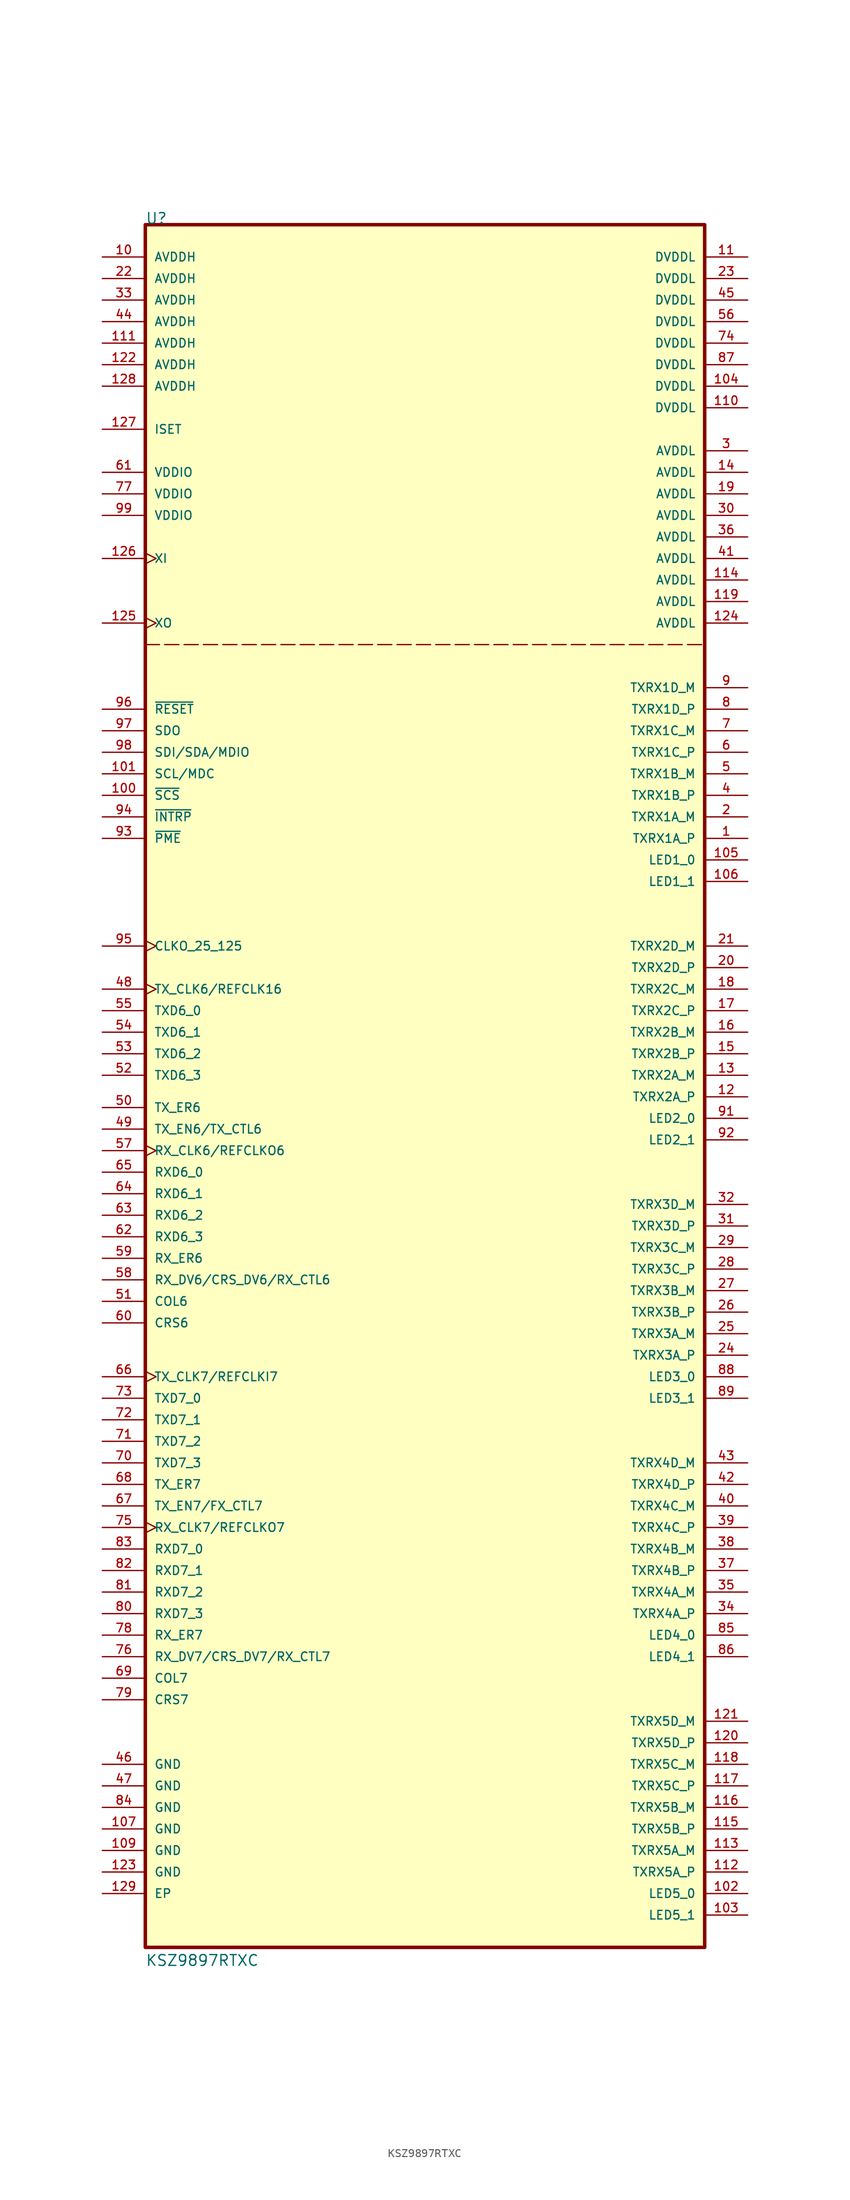
<source format=kicad_sym>
(kicad_symbol_lib
  (version 20241209)
  (generator "kicad_symbol_editor")
  (generator_version "9.0")
  (symbol "KSZ9897RTXC"
    (pin_names
      (offset 1.016))
    (property "Reference" "U"
      (at -33.02 101.6 0)
      (effects (font (size 1.27 1.27)) (justify left bottom)))
    (property "Value" "KSZ9897RTXC"
      (at -33.02 -103.886 0)
      (effects (font (size 1.27 1.27)) (justify left bottom)))
    (symbol "KSZ9897RTXC_0_0"
      (rectangle (start -33.02 101.6) (end 33.02 -101.6) (stroke (width 0.41) (type default)) (fill (type background)))
      (pin power_in line (at -38.1 97.79 0) (length 5.08) (name "AVDDH" (effects (font (size 1.016 1.016)))) (number "10" (effects (font (size 1.016 1.016)))))
      (pin power_in line (at -38.1 95.25 0) (length 5.08) (name "AVDDH" (effects (font (size 1.016 1.016)))) (number "22" (effects (font (size 1.016 1.016)))))
      (pin power_in line (at -38.1 92.71 0) (length 5.08) (name "AVDDH" (effects (font (size 1.016 1.016)))) (number "33" (effects (font (size 1.016 1.016)))))
      (pin power_in line (at -38.1 90.17 0) (length 5.08) (name "AVDDH" (effects (font (size 1.016 1.016)))) (number "44" (effects (font (size 1.016 1.016)))))
      (pin power_in line (at -38.1 87.63 0) (length 5.08) (name "AVDDH" (effects (font (size 1.016 1.016)))) (number "111" (effects (font (size 1.016 1.016)))))
      (pin power_in line (at -38.1 85.09 0) (length 5.08) (name "AVDDH" (effects (font (size 1.016 1.016)))) (number "122" (effects (font (size 1.016 1.016)))))
      (pin power_in line (at -38.1 82.55 0) (length 5.08) (name "AVDDH" (effects (font (size 1.016 1.016)))) (number "128" (effects (font (size 1.016 1.016)))))
      (pin power_in line (at -38.1 72.39 0) (length 5.08) (name "VDDIO" (effects (font (size 1.016 1.016)))) (number "61" (effects (font (size 1.016 1.016)))))
      (pin power_in line (at -38.1 69.85 0) (length 5.08) (name "VDDIO" (effects (font (size 1.016 1.016)))) (number "77" (effects (font (size 1.016 1.016)))))
      (pin power_in line (at -38.1 67.31 0) (length 5.08) (name "VDDIO" (effects (font (size 1.016 1.016)))) (number "99" (effects (font (size 1.016 1.016)))))
      (pin input clock (at -38.1 62.23 0) (length 5.08) (name "XI" (effects (font (size 1.016 1.016)))) (number "126" (effects (font (size 1.016 1.016)))))
      (pin output clock (at -38.1 54.61 0) (length 5.08) (name "XO" (effects (font (size 1.016 1.016)))) (number "125" (effects (font (size 1.016 1.016)))))
      (pin input line (at -38.1 44.45 0) (length 5.08) (name "~{RESET}" (effects (font (size 1.016 1.016)))) (number "96" (effects (font (size 1.016 1.016)))))
      (pin output line (at -38.1 41.91 0) (length 5.08) (name "SDO" (effects (font (size 1.016 1.016)))) (number "97" (effects (font (size 1.016 1.016)))))
      (pin bidirectional line (at -38.1 39.37 0) (length 5.08) (name "SDI/SDA/MDIO" (effects (font (size 1.016 1.016)))) (number "98" (effects (font (size 1.016 1.016)))))
      (pin input line (at -38.1 36.83 0) (length 5.08) (name "SCL/MDC" (effects (font (size 1.016 1.016)))) (number "101" (effects (font (size 1.016 1.016)))))
      (pin input line (at -38.1 34.29 0) (length 5.08) (name "~{SCS}" (effects (font (size 1.016 1.016)))) (number "100" (effects (font (size 1.016 1.016)))))
      (pin output line (at -38.1 31.75 0) (length 5.08) (name "~{INTRP}" (effects (font (size 1.016 1.016)))) (number "94" (effects (font (size 1.016 1.016)))))
      (pin output line (at -38.1 29.21 0) (length 5.08) (name "~{PME}" (effects (font (size 1.016 1.016)))) (number "93" (effects (font (size 1.016 1.016)))))
      (pin output clock (at -38.1 16.51 0) (length 5.08) (name "CLKO_25_125" (effects (font (size 1.016 1.016)))) (number "95" (effects (font (size 1.016 1.016)))))
      (pin bidirectional clock (at -38.1 11.43 0) (length 5.08) (name "TX_CLK6/REFCLK16" (effects (font (size 1.016 1.016)))) (number "48" (effects (font (size 1.016 1.016)))))
      (pin input line (at -38.1 8.89 0) (length 5.08) (name "TXD6_0" (effects (font (size 1.016 1.016)))) (number "55" (effects (font (size 1.016 1.016)))))
      (pin input line (at -38.1 6.35 0) (length 5.08) (name "TXD6_1" (effects (font (size 1.016 1.016)))) (number "54" (effects (font (size 1.016 1.016)))))
      (pin input line (at -38.1 3.81 0) (length 5.08) (name "TXD6_2" (effects (font (size 1.016 1.016)))) (number "53" (effects (font (size 1.016 1.016)))))
      (pin input line (at -38.1 1.27 0) (length 5.08) (name "TXD6_3" (effects (font (size 1.016 1.016)))) (number "52" (effects (font (size 1.016 1.016)))))
      (pin input line (at -38.1 -2.54 0) (length 5.08) (name "TX_ER6" (effects (font (size 1.016 1.016)))) (number "50" (effects (font (size 1.016 1.016)))))
      (pin input line (at -38.1 -5.08 0) (length 5.08) (name "TX_EN6/TX_CTL6" (effects (font (size 1.016 1.016)))) (number "49" (effects (font (size 1.016 1.016)))))
      (pin bidirectional clock (at -38.1 -7.62 0) (length 5.08) (name "RX_CLK6/REFCLKO6" (effects (font (size 1.016 1.016)))) (number "57" (effects (font (size 1.016 1.016)))))
      (pin bidirectional line (at -38.1 -10.16 0) (length 5.08) (name "RXD6_0" (effects (font (size 1.016 1.016)))) (number "65" (effects (font (size 1.016 1.016)))))
      (pin bidirectional line (at -38.1 -12.7 0) (length 5.08) (name "RXD6_1" (effects (font (size 1.016 1.016)))) (number "64" (effects (font (size 1.016 1.016)))))
      (pin bidirectional line (at -38.1 -15.24 0) (length 5.08) (name "RXD6_2" (effects (font (size 1.016 1.016)))) (number "63" (effects (font (size 1.016 1.016)))))
      (pin bidirectional line (at -38.1 -17.78 0) (length 5.08) (name "RXD6_3" (effects (font (size 1.016 1.016)))) (number "62" (effects (font (size 1.016 1.016)))))
      (pin bidirectional line (at -38.1 -20.32 0) (length 5.08) (name "RX_ER6" (effects (font (size 1.016 1.016)))) (number "59" (effects (font (size 1.016 1.016)))))
      (pin bidirectional line (at -38.1 -22.86 0) (length 5.08) (name "RX_DV6/CRS_DV6/RX_CTL6" (effects (font (size 1.016 1.016)))) (number "58" (effects (font (size 1.016 1.016)))))
      (pin bidirectional line (at -38.1 -25.4 0) (length 5.08) (name "COL6" (effects (font (size 1.016 1.016)))) (number "51" (effects (font (size 1.016 1.016)))))
      (pin bidirectional line (at -38.1 -27.94 0) (length 5.08) (name "CRS6" (effects (font (size 1.016 1.016)))) (number "60" (effects (font (size 1.016 1.016)))))
      (pin bidirectional clock (at -38.1 -34.29 0) (length 5.08) (name "TX_CLK7/REFCLKI7" (effects (font (size 1.016 1.016)))) (number "66" (effects (font (size 1.016 1.016)))))
      (pin input line (at -38.1 -36.83 0) (length 5.08) (name "TXD7_0" (effects (font (size 1.016 1.016)))) (number "73" (effects (font (size 1.016 1.016)))))
      (pin input line (at -38.1 -39.37 0) (length 5.08) (name "TXD7_1" (effects (font (size 1.016 1.016)))) (number "72" (effects (font (size 1.016 1.016)))))
      (pin input line (at -38.1 -41.91 0) (length 5.08) (name "TXD7_2" (effects (font (size 1.016 1.016)))) (number "71" (effects (font (size 1.016 1.016)))))
      (pin input line (at -38.1 -44.45 0) (length 5.08) (name "TXD7_3" (effects (font (size 1.016 1.016)))) (number "70" (effects (font (size 1.016 1.016)))))
      (pin input line (at -38.1 -46.99 0) (length 5.08) (name "TX_ER7" (effects (font (size 1.016 1.016)))) (number "68" (effects (font (size 1.016 1.016)))))
      (pin input line (at -38.1 -49.53 0) (length 5.08) (name "TX_EN7/FX_CTL7" (effects (font (size 1.016 1.016)))) (number "67" (effects (font (size 1.016 1.016)))))
      (pin bidirectional clock (at -38.1 -52.07 0) (length 5.08) (name "RX_CLK7/REFCLKO7" (effects (font (size 1.016 1.016)))) (number "75" (effects (font (size 1.016 1.016)))))
      (pin bidirectional line (at -38.1 -54.61 0) (length 5.08) (name "RXD7_0" (effects (font (size 1.016 1.016)))) (number "83" (effects (font (size 1.016 1.016)))))
      (pin bidirectional line (at -38.1 -57.15 0) (length 5.08) (name "RXD7_1" (effects (font (size 1.016 1.016)))) (number "82" (effects (font (size 1.016 1.016)))))
      (pin bidirectional line (at -38.1 -59.69 0) (length 5.08) (name "RXD7_2" (effects (font (size 1.016 1.016)))) (number "81" (effects (font (size 1.016 1.016)))))
      (pin bidirectional line (at -38.1 -62.23 0) (length 5.08) (name "RXD7_3" (effects (font (size 1.016 1.016)))) (number "80" (effects (font (size 1.016 1.016)))))
      (pin bidirectional line (at -38.1 -64.77 0) (length 5.08) (name "RX_ER7" (effects (font (size 1.016 1.016)))) (number "78" (effects (font (size 1.016 1.016)))))
      (pin bidirectional line (at -38.1 -67.31 0) (length 5.08) (name "RX_DV7/CRS_DV7/RX_CTL7" (effects (font (size 1.016 1.016)))) (number "76" (effects (font (size 1.016 1.016)))))
      (pin bidirectional line (at -38.1 -69.85 0) (length 5.08) (name "COL7" (effects (font (size 1.016 1.016)))) (number "69" (effects (font (size 1.016 1.016)))))
      (pin bidirectional line (at -38.1 -72.39 0) (length 5.08) (name "CRS7" (effects (font (size 1.016 1.016)))) (number "79" (effects (font (size 1.016 1.016)))))
      (pin power_in line (at -38.1 -80.01 0) (length 5.08) (name "GND" (effects (font (size 1.016 1.016)))) (number "46" (effects (font (size 1.016 1.016)))))
      (pin power_in line (at -38.1 -82.55 0) (length 5.08) (name "GND" (effects (font (size 1.016 1.016)))) (number "47" (effects (font (size 1.016 1.016)))))
      (pin power_in line (at -38.1 -85.09 0) (length 5.08) (name "GND" (effects (font (size 1.016 1.016)))) (number "84" (effects (font (size 1.016 1.016)))))
      (pin power_in line (at -38.1 -87.63 0) (length 5.08) (name "GND" (effects (font (size 1.016 1.016)))) (number "107" (effects (font (size 1.016 1.016)))))
      (pin power_in line (at -38.1 -90.17 0) (length 5.08) (name "GND" (effects (font (size 1.016 1.016)))) (number "109" (effects (font (size 1.016 1.016)))))
      (pin power_in line (at -38.1 -92.71 0) (length 5.08) (name "GND" (effects (font (size 1.016 1.016)))) (number "123" (effects (font (size 1.016 1.016)))))
      (pin power_in line (at -38.1 -95.25 0) (length 5.08) (name "EP" (effects (font (size 1.016 1.016)))) (number "129" (effects (font (size 1.016 1.016)))))
      (pin power_in line (at 38.1 97.79 180) (length 5.08) (name "DVDDL" (effects (font (size 1.016 1.016)))) (number "11" (effects (font (size 1.016 1.016)))))
      (pin power_in line (at 38.1 95.25 180) (length 5.08) (name "DVDDL" (effects (font (size 1.016 1.016)))) (number "23" (effects (font (size 1.016 1.016)))))
      (pin power_in line (at 38.1 92.71 180) (length 5.08) (name "DVDDL" (effects (font (size 1.016 1.016)))) (number "45" (effects (font (size 1.016 1.016)))))
      (pin power_in line (at 38.1 90.17 180) (length 5.08) (name "DVDDL" (effects (font (size 1.016 1.016)))) (number "56" (effects (font (size 1.016 1.016)))))
      (pin power_in line (at 38.1 87.63 180) (length 5.08) (name "DVDDL" (effects (font (size 1.016 1.016)))) (number "74" (effects (font (size 1.016 1.016)))))
      (pin power_in line (at 38.1 85.09 180) (length 5.08) (name "DVDDL" (effects (font (size 1.016 1.016)))) (number "87" (effects (font (size 1.016 1.016)))))
      (pin power_in line (at 38.1 82.55 180) (length 5.08) (name "DVDDL" (effects (font (size 1.016 1.016)))) (number "104" (effects (font (size 1.016 1.016)))))
      (pin power_in line (at 38.1 80.01 180) (length 5.08) (name "DVDDL" (effects (font (size 1.016 1.016)))) (number "110" (effects (font (size 1.016 1.016)))))
      (pin power_in line (at 38.1 74.93 180) (length 5.08) (name "AVDDL" (effects (font (size 1.016 1.016)))) (number "3" (effects (font (size 1.016 1.016)))))
      (pin power_in line (at 38.1 72.39 180) (length 5.08) (name "AVDDL" (effects (font (size 1.016 1.016)))) (number "14" (effects (font (size 1.016 1.016)))))
      (pin power_in line (at 38.1 69.85 180) (length 5.08) (name "AVDDL" (effects (font (size 1.016 1.016)))) (number "19" (effects (font (size 1.016 1.016)))))
      (pin power_in line (at 38.1 67.31 180) (length 5.08) (name "AVDDL" (effects (font (size 1.016 1.016)))) (number "30" (effects (font (size 1.016 1.016)))))
      (pin power_in line (at 38.1 64.77 180) (length 5.08) (name "AVDDL" (effects (font (size 1.016 1.016)))) (number "36" (effects (font (size 1.016 1.016)))))
      (pin power_in line (at 38.1 62.23 180) (length 5.08) (name "AVDDL" (effects (font (size 1.016 1.016)))) (number "41" (effects (font (size 1.016 1.016)))))
      (pin power_in line (at 38.1 59.69 180) (length 5.08) (name "AVDDL" (effects (font (size 1.016 1.016)))) (number "114" (effects (font (size 1.016 1.016)))))
      (pin power_in line (at 38.1 57.15 180) (length 5.08) (name "AVDDL" (effects (font (size 1.016 1.016)))) (number "119" (effects (font (size 1.016 1.016)))))
      (pin power_in line (at 38.1 54.61 180) (length 5.08) (name "AVDDL" (effects (font (size 1.016 1.016)))) (number "124" (effects (font (size 1.016 1.016)))))
      (pin bidirectional line (at 38.1 46.99 180) (length 5.08) (name "TXRX1D_M" (effects (font (size 1.016 1.016)))) (number "9" (effects (font (size 1.016 1.016)))))
      (pin bidirectional line (at 38.1 44.45 180) (length 5.08) (name "TXRX1D_P" (effects (font (size 1.016 1.016)))) (number "8" (effects (font (size 1.016 1.016)))))
      (pin bidirectional line (at 38.1 41.91 180) (length 5.08) (name "TXRX1C_M" (effects (font (size 1.016 1.016)))) (number "7" (effects (font (size 1.016 1.016)))))
      (pin bidirectional line (at 38.1 39.37 180) (length 5.08) (name "TXRX1C_P" (effects (font (size 1.016 1.016)))) (number "6" (effects (font (size 1.016 1.016)))))
      (pin bidirectional line (at 38.1 36.83 180) (length 5.08) (name "TXRX1B_M" (effects (font (size 1.016 1.016)))) (number "5" (effects (font (size 1.016 1.016)))))
      (pin bidirectional line (at 38.1 34.29 180) (length 5.08) (name "TXRX1B_P" (effects (font (size 1.016 1.016)))) (number "4" (effects (font (size 1.016 1.016)))))
      (pin bidirectional line (at 38.1 31.75 180) (length 5.08) (name "TXRX1A_M" (effects (font (size 1.016 1.016)))) (number "2" (effects (font (size 1.016 1.016)))))
      (pin bidirectional line (at 38.1 29.21 180) (length 5.08) (name "TXRX1A_P" (effects (font (size 1.016 1.016)))) (number "1" (effects (font (size 1.016 1.016)))))
      (pin bidirectional line (at 38.1 26.67 180) (length 5.08) (name "LED1_0" (effects (font (size 1.016 1.016)))) (number "105" (effects (font (size 1.016 1.016)))))
      (pin bidirectional line (at 38.1 24.13 180) (length 5.08) (name "LED1_1" (effects (font (size 1.016 1.016)))) (number "106" (effects (font (size 1.016 1.016)))))
      (pin bidirectional line (at 38.1 16.51 180) (length 5.08) (name "TXRX2D_M" (effects (font (size 1.016 1.016)))) (number "21" (effects (font (size 1.016 1.016)))))
      (pin bidirectional line (at 38.1 13.97 180) (length 5.08) (name "TXRX2D_P" (effects (font (size 1.016 1.016)))) (number "20" (effects (font (size 1.016 1.016)))))
      (pin bidirectional line (at 38.1 11.43 180) (length 5.08) (name "TXRX2C_M" (effects (font (size 1.016 1.016)))) (number "18" (effects (font (size 1.016 1.016)))))
      (pin bidirectional line (at 38.1 8.89 180) (length 5.08) (name "TXRX2C_P" (effects (font (size 1.016 1.016)))) (number "17" (effects (font (size 1.016 1.016)))))
      (pin bidirectional line (at 38.1 6.35 180) (length 5.08) (name "TXRX2B_M" (effects (font (size 1.016 1.016)))) (number "16" (effects (font (size 1.016 1.016)))))
      (pin bidirectional line (at 38.1 3.81 180) (length 5.08) (name "TXRX2B_P" (effects (font (size 1.016 1.016)))) (number "15" (effects (font (size 1.016 1.016)))))
      (pin bidirectional line (at 38.1 1.27 180) (length 5.08) (name "TXRX2A_M" (effects (font (size 1.016 1.016)))) (number "13" (effects (font (size 1.016 1.016)))))
      (pin bidirectional line (at 38.1 -1.27 180) (length 5.08) (name "TXRX2A_P" (effects (font (size 1.016 1.016)))) (number "12" (effects (font (size 1.016 1.016)))))
      (pin bidirectional line (at 38.1 -3.81 180) (length 5.08) (name "LED2_0" (effects (font (size 1.016 1.016)))) (number "91" (effects (font (size 1.016 1.016)))))
      (pin bidirectional line (at 38.1 -6.35 180) (length 5.08) (name "LED2_1" (effects (font (size 1.016 1.016)))) (number "92" (effects (font (size 1.016 1.016)))))
      (pin bidirectional line (at 38.1 -13.97 180) (length 5.08) (name "TXRX3D_M" (effects (font (size 1.016 1.016)))) (number "32" (effects (font (size 1.016 1.016)))))
      (pin bidirectional line (at 38.1 -16.51 180) (length 5.08) (name "TXRX3D_P" (effects (font (size 1.016 1.016)))) (number "31" (effects (font (size 1.016 1.016)))))
      (pin bidirectional line (at 38.1 -19.05 180) (length 5.08) (name "TXRX3C_M" (effects (font (size 1.016 1.016)))) (number "29" (effects (font (size 1.016 1.016)))))
      (pin bidirectional line (at 38.1 -21.59 180) (length 5.08) (name "TXRX3C_P" (effects (font (size 1.016 1.016)))) (number "28" (effects (font (size 1.016 1.016)))))
      (pin bidirectional line (at 38.1 -24.13 180) (length 5.08) (name "TXRX3B_M" (effects (font (size 1.016 1.016)))) (number "27" (effects (font (size 1.016 1.016)))))
      (pin bidirectional line (at 38.1 -26.67 180) (length 5.08) (name "TXRX3B_P" (effects (font (size 1.016 1.016)))) (number "26" (effects (font (size 1.016 1.016)))))
      (pin bidirectional line (at 38.1 -29.21 180) (length 5.08) (name "TXRX3A_M" (effects (font (size 1.016 1.016)))) (number "25" (effects (font (size 1.016 1.016)))))
      (pin bidirectional line (at 38.1 -31.75 180) (length 5.08) (name "TXRX3A_P" (effects (font (size 1.016 1.016)))) (number "24" (effects (font (size 1.016 1.016)))))
      (pin bidirectional line (at 38.1 -34.29 180) (length 5.08) (name "LED3_0" (effects (font (size 1.016 1.016)))) (number "88" (effects (font (size 1.016 1.016)))))
      (pin bidirectional line (at 38.1 -36.83 180) (length 5.08) (name "LED3_1" (effects (font (size 1.016 1.016)))) (number "89" (effects (font (size 1.016 1.016)))))
      (pin bidirectional line (at 38.1 -44.45 180) (length 5.08) (name "TXRX4D_M" (effects (font (size 1.016 1.016)))) (number "43" (effects (font (size 1.016 1.016)))))
      (pin bidirectional line (at 38.1 -46.99 180) (length 5.08) (name "TXRX4D_P" (effects (font (size 1.016 1.016)))) (number "42" (effects (font (size 1.016 1.016)))))
      (pin bidirectional line (at 38.1 -49.53 180) (length 5.08) (name "TXRX4C_M" (effects (font (size 1.016 1.016)))) (number "40" (effects (font (size 1.016 1.016)))))
      (pin bidirectional line (at 38.1 -52.07 180) (length 5.08) (name "TXRX4C_P" (effects (font (size 1.016 1.016)))) (number "39" (effects (font (size 1.016 1.016)))))
      (pin bidirectional line (at 38.1 -54.61 180) (length 5.08) (name "TXRX4B_M" (effects (font (size 1.016 1.016)))) (number "38" (effects (font (size 1.016 1.016)))))
      (pin bidirectional line (at 38.1 -57.15 180) (length 5.08) (name "TXRX4B_P" (effects (font (size 1.016 1.016)))) (number "37" (effects (font (size 1.016 1.016)))))
      (pin bidirectional line (at 38.1 -59.69 180) (length 5.08) (name "TXRX4A_M" (effects (font (size 1.016 1.016)))) (number "35" (effects (font (size 1.016 1.016)))))
      (pin bidirectional line (at 38.1 -62.23 180) (length 5.08) (name "TXRX4A_P" (effects (font (size 1.016 1.016)))) (number "34" (effects (font (size 1.016 1.016)))))
      (pin bidirectional line (at 38.1 -64.77 180) (length 5.08) (name "LED4_0" (effects (font (size 1.016 1.016)))) (number "85" (effects (font (size 1.016 1.016)))))
      (pin bidirectional line (at 38.1 -67.31 180) (length 5.08) (name "LED4_1" (effects (font (size 1.016 1.016)))) (number "86" (effects (font (size 1.016 1.016)))))
      (pin bidirectional line (at 38.1 -74.93 180) (length 5.08) (name "TXRX5D_M" (effects (font (size 1.016 1.016)))) (number "121" (effects (font (size 1.016 1.016)))))
      (pin bidirectional line (at 38.1 -77.47 180) (length 5.08) (name "TXRX5D_P" (effects (font (size 1.016 1.016)))) (number "120" (effects (font (size 1.016 1.016)))))
      (pin bidirectional line (at 38.1 -80.01 180) (length 5.08) (name "TXRX5C_M" (effects (font (size 1.016 1.016)))) (number "118" (effects (font (size 1.016 1.016)))))
      (pin bidirectional line (at 38.1 -82.55 180) (length 5.08) (name "TXRX5C_P" (effects (font (size 1.016 1.016)))) (number "117" (effects (font (size 1.016 1.016)))))
      (pin bidirectional line (at 38.1 -85.09 180) (length 5.08) (name "TXRX5B_M" (effects (font (size 1.016 1.016)))) (number "116" (effects (font (size 1.016 1.016)))))
      (pin bidirectional line (at 38.1 -87.63 180) (length 5.08) (name "TXRX5B_P" (effects (font (size 1.016 1.016)))) (number "115" (effects (font (size 1.016 1.016)))))
      (pin bidirectional line (at 38.1 -90.17 180) (length 5.08) (name "TXRX5A_M" (effects (font (size 1.016 1.016)))) (number "113" (effects (font (size 1.016 1.016)))))
      (pin bidirectional line (at 38.1 -92.71 180) (length 5.08) (name "TXRX5A_P" (effects (font (size 1.016 1.016)))) (number "112" (effects (font (size 1.016 1.016)))))
      (pin bidirectional line (at 38.1 -95.25 180) (length 5.08) (name "LED5_0" (effects (font (size 1.016 1.016)))) (number "102" (effects (font (size 1.016 1.016)))))
      (pin bidirectional line (at 38.1 -97.79 180) (length 5.08) (name "LED5_1" (effects (font (size 1.016 1.016)))) (number "103" (effects (font (size 1.016 1.016))))))
    (symbol "KSZ9897RTXC_1_0"
      (pin power_out line (at -38.1 77.47 0) (length 5.08) (name "ISET" (effects (font (size 1.016 1.016)))) (number "127" (effects (font (size 1.016 1.016))))))
    (symbol "KSZ9897RTXC_1_1"
      (polyline (pts (xy -33.02 52.07) (xy 33.02 52.07)) (stroke (width 0) (type dash)) (fill (type none))))))
</source>
